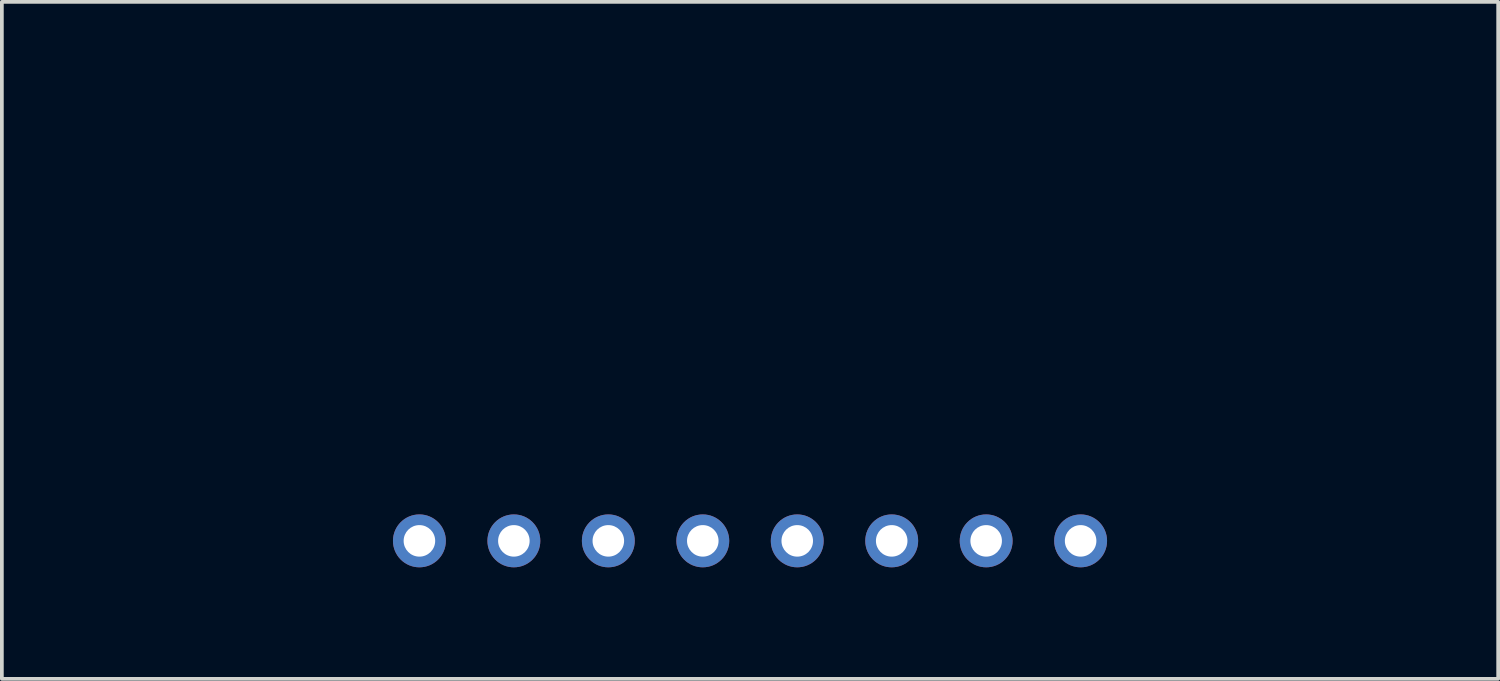
<source format=kicad_pcb>
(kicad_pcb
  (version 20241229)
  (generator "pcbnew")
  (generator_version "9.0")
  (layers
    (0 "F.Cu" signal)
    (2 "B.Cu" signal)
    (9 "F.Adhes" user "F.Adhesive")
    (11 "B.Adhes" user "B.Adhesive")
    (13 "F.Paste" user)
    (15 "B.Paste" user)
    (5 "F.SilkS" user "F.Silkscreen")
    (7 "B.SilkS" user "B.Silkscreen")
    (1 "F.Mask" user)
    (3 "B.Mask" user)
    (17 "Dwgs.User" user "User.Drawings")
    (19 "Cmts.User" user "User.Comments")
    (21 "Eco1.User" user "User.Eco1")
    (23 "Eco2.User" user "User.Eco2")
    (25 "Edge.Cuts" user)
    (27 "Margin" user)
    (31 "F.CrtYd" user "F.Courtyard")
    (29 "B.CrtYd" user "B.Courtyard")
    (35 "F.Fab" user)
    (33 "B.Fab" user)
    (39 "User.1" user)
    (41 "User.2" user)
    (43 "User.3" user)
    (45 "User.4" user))
  (footprint "arduino_2650_communication_1X08"
    (layer "F.Cu")
    (at 17.118 11.494)
    (property "Reference" "arduino_2650_communication_1X08" (at 0 -10.528 180) (layer "Eco1.User") (effects (font (size 1.27 1.27) (thickness 0.127))))
    (attr through_hole)
    (pad "1" thru_hole oval (at -8.89 0 90) (size 1.422 1.422) (drill 0.848) (layers "*.Cu" "*.Mask"))
    (pad "2" thru_hole oval (at -6.35 0 90) (size 1.422 1.422) (drill 0.848) (layers "*.Cu" "*.Mask"))
    (pad "3" thru_hole oval (at -3.81 0 90) (size 1.422 1.422) (drill 0.848) (layers "*.Cu" "*.Mask"))
    (pad "4" thru_hole oval (at -1.27 0 90) (size 1.422 1.422) (drill 0.848) (layers "*.Cu" "*.Mask"))
    (pad "5" thru_hole oval (at 1.27 0 90) (size 1.422 1.422) (drill 0.848) (layers "*.Cu" "*.Mask"))
    (pad "6" thru_hole oval (at 3.81 0 90) (size 1.422 1.422) (drill 0.848) (layers "*.Cu" "*.Mask"))
    (pad "7" thru_hole oval (at 6.35 0 90) (size 1.422 1.422) (drill 0.848) (layers "*.Cu" "*.Mask"))
    (pad "8" thru_hole oval (at 8.89 0 90) (size 1.422 1.422) (drill 0.848) (layers "*.Cu" "*.Mask")))
  (gr_rect
    (start -3 -3)
    (end 37.236 15.205)
    (stroke (width 0.1) (type default))
    (fill no)
    (layer "Edge.Cuts")))
</source>
